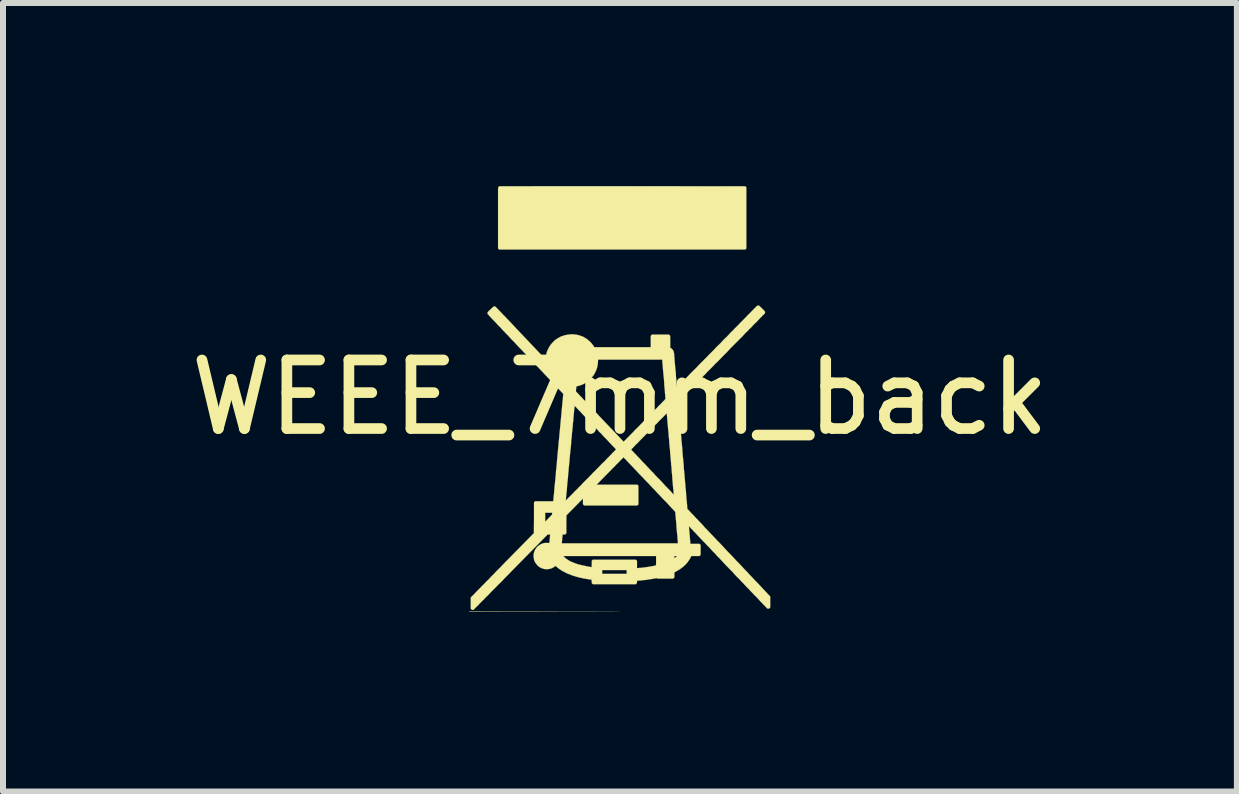
<source format=kicad_pcb>
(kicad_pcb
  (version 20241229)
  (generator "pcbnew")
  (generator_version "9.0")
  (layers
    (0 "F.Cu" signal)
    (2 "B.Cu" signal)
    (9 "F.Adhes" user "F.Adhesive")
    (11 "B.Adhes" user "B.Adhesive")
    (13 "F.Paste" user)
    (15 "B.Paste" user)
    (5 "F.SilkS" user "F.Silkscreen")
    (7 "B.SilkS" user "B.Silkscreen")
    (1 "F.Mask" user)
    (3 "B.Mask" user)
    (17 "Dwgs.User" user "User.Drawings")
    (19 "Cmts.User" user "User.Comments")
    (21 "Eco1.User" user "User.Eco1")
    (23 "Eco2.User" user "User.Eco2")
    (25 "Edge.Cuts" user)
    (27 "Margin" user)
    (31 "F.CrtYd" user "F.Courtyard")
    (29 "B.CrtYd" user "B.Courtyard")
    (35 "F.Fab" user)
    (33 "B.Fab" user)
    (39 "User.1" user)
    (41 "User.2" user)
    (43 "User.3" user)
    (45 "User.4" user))
  (footprint "WEEE_7mm_back"
    (layer "F.Cu")
    (at 7.283 3.573)
    (property "Reference" "WEEE_7mm_back" (at 0 0 0) (layer "F.SilkS") (effects (font (size 1.143 1.143) (thickness 0.178))))
    (attr through_hole)
    (fp_poly (pts (xy 2.515 3.566) (xy 0 3.566) (xy -2.512 3.566) (xy -2.512 -0.003) (xy -2.512 -3.571) (xy -2.512 0) (xy -2.512 3.569) (xy 0 3.566) (xy 2.515 3.566)) (stroke (width 0.003) (type solid)) (fill yes) (layer "F.SilkS"))
    (fp_poly (pts (xy 2.106 -3.498) (xy 2.103 -3.505) (xy 2.098 -3.51) (xy 2.093 -3.515) (xy 2.09 -3.515) (xy 2.085 -3.518) (xy 0.041 -3.52) (xy -0.064 -3.52) (xy -0.163 -3.52) (xy -0.262 -3.52) (xy -0.356 -3.52) (xy -0.45 -3.52) (xy -0.541 -3.52) (xy -0.63 -3.52) (xy -0.714 -3.52) (xy -0.798 -3.52) (xy -0.879 -3.52) (xy -0.958 -3.52) (xy -1.034 -3.52) (xy -1.105 -3.52) (xy -1.176 -3.52) (xy -1.245 -3.52) (xy -1.311 -3.52) (xy -1.372 -3.52) (xy -1.433 -3.52) (xy -1.488 -3.518) (xy -1.542 -3.518) (xy -1.595 -3.518) (xy -1.643 -3.518) (xy -1.689 -3.518) (xy -1.732 -3.518) (xy -1.77 -3.518) (xy -1.808 -3.518) (xy -1.841 -3.518) (xy -1.872 -3.518) (xy -1.9 -3.518) (xy -1.925 -3.518) (xy -1.946 -3.518) (xy -1.966 -3.518) (xy -1.981 -3.518) (xy -1.994 -3.518) (xy -2.002 -3.518) (xy -2.007 -3.518) (xy -2.009 -3.518) (xy -2.017 -3.515) (xy -2.022 -3.51) (xy -2.027 -3.503) (xy -2.029 -3.498) (xy -2.029 -3.495) (xy -2.029 -3.49) (xy -2.029 -3.482) (xy -2.032 -3.475) (xy -2.032 -3.462) (xy -2.032 -3.447) (xy -2.032 -3.429) (xy -2.032 -3.406) (xy -2.032 -3.383) (xy -2.032 -3.358) (xy -2.032 -3.327) (xy -2.032 -3.294) (xy -2.032 -3.259) (xy -2.032 -3.221) (xy -2.032 -3.18) (xy -2.032 -3.134) (xy -2.032 -3.086) (xy -2.032 -3.035) (xy -2.032 -2.987) (xy -2.032 -2.484) (xy -2.027 -2.477) (xy -2.022 -2.471) (xy -2.017 -2.469) (xy -2.017 -2.466) (xy -2.009 -2.464) (xy 0.038 -2.464) (xy 2.085 -2.464) (xy 2.09 -2.466) (xy 2.095 -2.471) (xy 2.101 -2.477) (xy 2.103 -2.477) (xy 2.106 -2.484) (xy 2.106 -2.992) (xy 2.106 -3.498)) (stroke (width 0.003) (type solid)) (fill yes) (layer "F.SilkS"))
    (fp_poly (pts (xy 2.504 3.32) (xy 2.499 3.315) (xy 2.499 3.312) (xy 2.494 3.307) (xy 2.489 3.302) (xy 2.482 3.294) (xy 2.471 3.284) (xy 2.459 3.272) (xy 2.446 3.256) (xy 2.431 3.241) (xy 2.413 3.221) (xy 2.395 3.203) (xy 2.375 3.18) (xy 2.352 3.157) (xy 2.329 3.132) (xy 2.304 3.104) (xy 2.276 3.076) (xy 2.248 3.048) (xy 2.22 3.018) (xy 2.189 2.985) (xy 2.156 2.951) (xy 2.126 2.916) (xy 2.09 2.88) (xy 2.057 2.845) (xy 2.022 2.807) (xy 1.986 2.769) (xy 1.948 2.731) (xy 1.91 2.69) (xy 1.872 2.649) (xy 1.834 2.609) (xy 1.808 2.583) (xy 1.77 2.543) (xy 1.732 2.502) (xy 1.694 2.461) (xy 1.656 2.421) (xy 1.618 2.383) (xy 1.582 2.344) (xy 1.549 2.309) (xy 1.514 2.273) (xy 1.481 2.238) (xy 1.45 2.205) (xy 1.417 2.172) (xy 1.389 2.139) (xy 1.361 2.108) (xy 1.333 2.08) (xy 1.308 2.052) (xy 1.283 2.027) (xy 1.26 2.004) (xy 1.24 1.981) (xy 1.219 1.958) (xy 1.201 1.941) (xy 1.184 1.923) (xy 1.171 1.908) (xy 1.158 1.895) (xy 1.146 1.882) (xy 1.138 1.872) (xy 1.13 1.867) (xy 1.125 1.862) (xy 1.123 1.857) (xy 1.123 1.852) (xy 1.123 1.841) (xy 1.12 1.831) (xy 1.12 1.819) (xy 1.118 1.801) (xy 1.118 1.781) (xy 1.115 1.76) (xy 1.113 1.735) (xy 1.11 1.707) (xy 1.107 1.679) (xy 1.105 1.646) (xy 1.102 1.613) (xy 1.1 1.577) (xy 1.097 1.539) (xy 1.092 1.501) (xy 1.09 1.458) (xy 1.085 1.415) (xy 1.082 1.372) (xy 1.077 1.326) (xy 1.074 1.278) (xy 1.069 1.229) (xy 1.064 1.179) (xy 1.062 1.128) (xy 1.057 1.077) (xy 1.052 1.024) (xy 1.046 0.97) (xy 1.046 0.965) (xy 1.041 0.912) (xy 1.039 0.859) (xy 1.034 0.808) (xy 1.029 0.757) (xy 1.024 0.706) (xy 1.021 0.658) (xy 1.016 0.61) (xy 1.013 0.564) (xy 1.008 0.518) (xy 1.006 0.475) (xy 1.001 0.434) (xy 0.998 0.394) (xy 0.996 0.358) (xy 0.991 0.32) (xy 0.988 0.287) (xy 0.986 0.257) (xy 0.983 0.226) (xy 0.98 0.198) (xy 0.98 0.173) (xy 0.978 0.152) (xy 0.975 0.132) (xy 0.975 0.114) (xy 0.973 0.102) (xy 0.973 0.089) (xy 0.973 0.081) (xy 0.97 0.076) (xy 0.97 0.074) (xy 0.973 0.074) (xy 0.973 0.071) (xy 0.975 0.069) (xy 0.98 0.064) (xy 0.986 0.058) (xy 0.993 0.051) (xy 1.001 0.043) (xy 1.008 0.033) (xy 1.021 0.02) (xy 1.034 0.01) (xy 1.046 -0.005) (xy 1.062 -0.02) (xy 1.077 -0.038) (xy 1.097 -0.056) (xy 1.118 -0.076) (xy 1.138 -0.099) (xy 1.161 -0.124) (xy 1.186 -0.15) (xy 1.214 -0.175) (xy 1.242 -0.206) (xy 1.273 -0.236) (xy 1.306 -0.269) (xy 1.341 -0.305) (xy 1.377 -0.343) (xy 1.415 -0.381) (xy 1.455 -0.424) (xy 1.499 -0.467) (xy 1.544 -0.513) (xy 1.59 -0.561) (xy 1.641 -0.61) (xy 1.692 -0.663) (xy 1.732 -0.704) (xy 1.773 -0.744) (xy 1.811 -0.785) (xy 1.849 -0.826) (xy 1.887 -0.864) (xy 1.925 -0.902) (xy 1.961 -0.937) (xy 1.996 -0.973) (xy 2.032 -1.008) (xy 2.065 -1.044) (xy 2.095 -1.077) (xy 2.129 -1.107) (xy 2.156 -1.138) (xy 2.187 -1.166) (xy 2.212 -1.194) (xy 2.238 -1.222) (xy 2.263 -1.245) (xy 2.286 -1.267) (xy 2.306 -1.29) (xy 2.327 -1.311) (xy 2.342 -1.328) (xy 2.36 -1.344) (xy 2.372 -1.359) (xy 2.385 -1.369) (xy 2.395 -1.379) (xy 2.403 -1.389) (xy 2.408 -1.394) (xy 2.413 -1.397) (xy 2.413 -1.4) (xy 2.416 -1.405) (xy 2.418 -1.412) (xy 2.418 -1.422) (xy 2.416 -1.43) (xy 2.413 -1.433) (xy 2.413 -1.435) (xy 2.41 -1.44) (xy 2.405 -1.443) (xy 2.4 -1.45) (xy 2.393 -1.455) (xy 2.385 -1.466) (xy 2.372 -1.476) (xy 2.37 -1.481) (xy 2.36 -1.491) (xy 2.349 -1.499) (xy 2.342 -1.506) (xy 2.334 -1.514) (xy 2.327 -1.521) (xy 2.324 -1.524) (xy 2.322 -1.527) (xy 2.316 -1.529) (xy 2.309 -1.529) (xy 2.301 -1.529) (xy 2.294 -1.529) (xy 2.291 -1.529) (xy 2.286 -1.527) (xy 2.281 -1.521) (xy 2.273 -1.514) (xy 2.271 -1.511) (xy 2.268 -1.511) (xy 2.266 -1.506) (xy 2.258 -1.499) (xy 2.25 -1.491) (xy 2.238 -1.481) (xy 2.228 -1.468) (xy 2.212 -1.453) (xy 2.195 -1.435) (xy 2.177 -1.417) (xy 2.159 -1.397) (xy 2.136 -1.377) (xy 2.113 -1.351) (xy 2.09 -1.328) (xy 2.062 -1.3) (xy 2.037 -1.273) (xy 2.007 -1.245) (xy 1.979 -1.214) (xy 1.946 -1.181) (xy 1.915 -1.151) (xy 1.882 -1.115) (xy 1.847 -1.082) (xy 1.814 -1.046) (xy 1.778 -1.008) (xy 1.74 -0.973) (xy 1.704 -0.935) (xy 1.666 -0.894) (xy 1.626 -0.856) (xy 1.603 -0.833) (xy 1.565 -0.792) (xy 1.527 -0.754) (xy 1.488 -0.716) (xy 1.453 -0.678) (xy 1.417 -0.643) (xy 1.382 -0.607) (xy 1.346 -0.572) (xy 1.313 -0.538) (xy 1.283 -0.505) (xy 1.25 -0.472) (xy 1.219 -0.442) (xy 1.191 -0.414) (xy 1.163 -0.386) (xy 1.138 -0.358) (xy 1.113 -0.333) (xy 1.09 -0.31) (xy 1.069 -0.287) (xy 1.049 -0.267) (xy 1.029 -0.249) (xy 1.013 -0.231) (xy 0.998 -0.216) (xy 0.986 -0.203) (xy 0.975 -0.193) (xy 0.965 -0.183) (xy 0.965 2.428) (xy 0.965 2.433) (xy 0.95 2.433) (xy 0.95 2.644) (xy 0.947 2.649) (xy 0.945 2.652) (xy 0.94 2.654) (xy 0.935 2.659) (xy 0.927 2.664) (xy 0.922 2.67) (xy 0.917 2.675) (xy 0.912 2.677) (xy 0.909 2.68) (xy 0.907 2.68) (xy 0.907 2.677) (xy 0.907 2.672) (xy 0.907 2.664) (xy 0.907 2.662) (xy 0.907 2.644) (xy 0.927 2.644) (xy 0.95 2.644) (xy 0.95 2.433) (xy 0.602 2.433) (xy 0.602 2.644) (xy 0.602 2.723) (xy 0.602 2.741) (xy 0.602 2.756) (xy 0.602 2.769) (xy 0.602 2.779) (xy 0.602 2.786) (xy 0.599 2.791) (xy 0.599 2.797) (xy 0.599 2.799) (xy 0.599 2.802) (xy 0.594 2.802) (xy 0.589 2.804) (xy 0.582 2.804) (xy 0.572 2.807) (xy 0.561 2.809) (xy 0.549 2.812) (xy 0.538 2.814) (xy 0.526 2.814) (xy 0.518 2.817) (xy 0.488 2.822) (xy 0.457 2.827) (xy 0.424 2.832) (xy 0.391 2.835) (xy 0.358 2.84) (xy 0.33 2.842) (xy 0.32 2.842) (xy 0.31 2.845) (xy 0.302 2.845) (xy 0.295 2.845) (xy 0.292 2.845) (xy 0.284 2.847) (xy 0.284 2.786) (xy 0.284 2.725) (xy 0.279 2.718) (xy 0.274 2.713) (xy 0.269 2.71) (xy 0.269 2.708) (xy 0.262 2.705) (xy 0.112 2.705) (xy 0.112 2.878) (xy 0.112 2.908) (xy 0.112 2.941) (xy -0.094 2.941) (xy -0.297 2.941) (xy -0.297 2.908) (xy -0.297 2.878) (xy -0.094 2.878) (xy 0.112 2.878) (xy 0.112 2.705) (xy -0.094 2.705) (xy -0.45 2.705) (xy -0.455 2.708) (xy -0.46 2.713) (xy -0.465 2.718) (xy -0.467 2.718) (xy -0.47 2.725) (xy -0.47 2.779) (xy -0.472 2.83) (xy -0.475 2.83) (xy -0.478 2.83) (xy -0.483 2.827) (xy -0.49 2.827) (xy -0.5 2.824) (xy -0.511 2.824) (xy -0.559 2.814) (xy -0.607 2.804) (xy -0.65 2.794) (xy -0.693 2.784) (xy -0.732 2.771) (xy -0.77 2.756) (xy -0.803 2.743) (xy -0.836 2.728) (xy -0.859 2.713) (xy -0.876 2.703) (xy -0.892 2.692) (xy -0.907 2.68) (xy -0.919 2.67) (xy -0.932 2.657) (xy -0.935 2.654) (xy -0.942 2.644) (xy -0.17 2.644) (xy 0.602 2.644) (xy 0.602 2.433) (xy -0.003 2.433) (xy -0.97 2.433) (xy -0.97 2.428) (xy -0.97 2.426) (xy -0.97 2.421) (xy -0.968 2.413) (xy -0.968 2.403) (xy -0.965 2.39) (xy -0.965 2.377) (xy -0.963 2.362) (xy -0.963 2.36) (xy -0.963 2.344) (xy -0.96 2.332) (xy -0.96 2.319) (xy -0.958 2.309) (xy -0.958 2.299) (xy -0.958 2.294) (xy -0.958 2.291) (xy -0.955 2.289) (xy -0.953 2.286) (xy -0.947 2.286) (xy -0.942 2.286) (xy -0.935 2.286) (xy -0.927 2.286) (xy -0.922 2.286) (xy -0.917 2.286) (xy -0.914 2.283) (xy -0.909 2.283) (xy -0.909 2.281) (xy -0.904 2.276) (xy -0.899 2.271) (xy -0.894 2.263) (xy -0.894 2.116) (xy -0.892 1.966) (xy -0.754 1.826) (xy -0.617 1.687) (xy -0.617 1.735) (xy -0.617 1.748) (xy -0.617 1.758) (xy -0.617 1.765) (xy -0.617 1.773) (xy -0.617 1.775) (xy -0.615 1.781) (xy -0.615 1.783) (xy -0.612 1.786) (xy -0.61 1.791) (xy -0.605 1.796) (xy -0.602 1.796) (xy -0.597 1.801) (xy -0.155 1.801) (xy 0.287 1.801) (xy 0.295 1.796) (xy 0.3 1.793) (xy 0.302 1.788) (xy 0.305 1.786) (xy 0.307 1.781) (xy 0.307 1.628) (xy 0.307 1.478) (xy 0.305 1.471) (xy 0.3 1.466) (xy 0.295 1.46) (xy 0.287 1.455) (xy -0.051 1.455) (xy -0.389 1.455) (xy -0.165 1.227) (xy -0.142 1.204) (xy -0.122 1.181) (xy -0.099 1.161) (xy -0.079 1.138) (xy -0.061 1.12) (xy -0.041 1.1) (xy -0.025 1.085) (xy -0.008 1.067) (xy 0.005 1.052) (xy 0.018 1.039) (xy 0.03 1.029) (xy 0.041 1.019) (xy 0.048 1.011) (xy 0.053 1.003) (xy 0.058 1.001) (xy 0.058 0.998) (xy 0.061 1.001) (xy 0.064 1.003) (xy 0.069 1.008) (xy 0.076 1.019) (xy 0.086 1.026) (xy 0.099 1.039) (xy 0.112 1.054) (xy 0.127 1.069) (xy 0.142 1.087) (xy 0.16 1.105) (xy 0.18 1.125) (xy 0.201 1.148) (xy 0.224 1.171) (xy 0.246 1.196) (xy 0.272 1.222) (xy 0.297 1.25) (xy 0.323 1.278) (xy 0.351 1.306) (xy 0.381 1.336) (xy 0.409 1.367) (xy 0.439 1.397) (xy 0.47 1.43) (xy 0.488 1.448) (xy 0.518 1.481) (xy 0.549 1.514) (xy 0.579 1.544) (xy 0.607 1.575) (xy 0.635 1.605) (xy 0.663 1.633) (xy 0.688 1.661) (xy 0.714 1.689) (xy 0.739 1.714) (xy 0.762 1.737) (xy 0.785 1.76) (xy 0.805 1.783) (xy 0.823 1.803) (xy 0.841 1.821) (xy 0.856 1.839) (xy 0.871 1.854) (xy 0.884 1.867) (xy 0.894 1.877) (xy 0.902 1.887) (xy 0.909 1.895) (xy 0.914 1.9) (xy 0.917 1.902) (xy 0.919 1.902) (xy 0.919 1.905) (xy 0.919 1.908) (xy 0.919 1.91) (xy 0.922 1.915) (xy 0.922 1.92) (xy 0.922 1.925) (xy 0.922 1.933) (xy 0.925 1.943) (xy 0.925 1.953) (xy 0.927 1.966) (xy 0.927 1.981) (xy 0.93 1.996) (xy 0.93 2.017) (xy 0.932 2.037) (xy 0.935 2.06) (xy 0.937 2.088) (xy 0.94 2.118) (xy 0.942 2.149) (xy 0.942 2.164) (xy 0.945 2.195) (xy 0.947 2.223) (xy 0.95 2.248) (xy 0.953 2.276) (xy 0.955 2.299) (xy 0.958 2.322) (xy 0.958 2.344) (xy 0.96 2.362) (xy 0.963 2.38) (xy 0.963 2.395) (xy 0.965 2.408) (xy 0.965 2.418) (xy 0.965 2.423) (xy 0.965 2.428) (xy 0.965 -0.183) (xy 0.958 -0.175) (xy 0.953 -0.17) (xy 0.95 -0.168) (xy 0.95 -0.17) (xy 0.95 -0.175) (xy 0.947 -0.183) (xy 0.947 -0.193) (xy 0.947 -0.206) (xy 0.945 -0.221) (xy 0.942 -0.239) (xy 0.942 -0.259) (xy 0.94 -0.282) (xy 0.937 -0.305) (xy 0.935 -0.33) (xy 0.932 -0.356) (xy 0.932 -0.384) (xy 0.93 -0.414) (xy 0.925 -0.445) (xy 0.925 -0.455) (xy 0.922 -0.488) (xy 0.919 -0.516) (xy 0.917 -0.546) (xy 0.914 -0.572) (xy 0.912 -0.599) (xy 0.909 -0.625) (xy 0.909 -0.648) (xy 0.907 -0.668) (xy 0.904 -0.688) (xy 0.904 -0.706) (xy 0.902 -0.719) (xy 0.902 -0.732) (xy 0.899 -0.742) (xy 0.899 -0.749) (xy 0.899 -0.752) (xy 0.897 -0.762) (xy 0.897 1.618) (xy 0.897 1.621) (xy 0.894 1.618) (xy 0.892 1.615) (xy 0.886 1.61) (xy 0.879 1.603) (xy 0.869 1.593) (xy 0.859 1.58) (xy 0.846 1.567) (xy 0.833 1.552) (xy 0.818 1.537) (xy 0.8 1.519) (xy 0.782 1.499) (xy 0.762 1.481) (xy 0.742 1.458) (xy 0.721 1.435) (xy 0.701 1.412) (xy 0.678 1.389) (xy 0.655 1.364) (xy 0.63 1.341) (xy 0.607 1.316) (xy 0.582 1.29) (xy 0.559 1.262) (xy 0.533 1.237) (xy 0.508 1.212) (xy 0.485 1.186) (xy 0.46 1.161) (xy 0.437 1.135) (xy 0.414 1.11) (xy 0.391 1.087) (xy 0.368 1.064) (xy 0.348 1.041) (xy 0.328 1.019) (xy 0.307 0.998) (xy 0.29 0.98) (xy 0.272 0.96) (xy 0.257 0.945) (xy 0.241 0.93) (xy 0.229 0.914) (xy 0.216 0.902) (xy 0.206 0.892) (xy 0.198 0.884) (xy 0.193 0.876) (xy 0.188 0.874) (xy 0.185 0.871) (xy 0.188 0.869) (xy 0.191 0.866) (xy 0.196 0.859) (xy 0.203 0.851) (xy 0.213 0.843) (xy 0.224 0.831) (xy 0.236 0.818) (xy 0.249 0.805) (xy 0.264 0.787) (xy 0.282 0.772) (xy 0.3 0.754) (xy 0.318 0.734) (xy 0.338 0.714) (xy 0.358 0.693) (xy 0.378 0.673) (xy 0.401 0.65) (xy 0.424 0.627) (xy 0.445 0.605) (xy 0.467 0.582) (xy 0.49 0.559) (xy 0.513 0.536) (xy 0.536 0.513) (xy 0.559 0.49) (xy 0.579 0.467) (xy 0.602 0.447) (xy 0.622 0.427) (xy 0.64 0.406) (xy 0.66 0.386) (xy 0.678 0.368) (xy 0.696 0.351) (xy 0.711 0.335) (xy 0.726 0.32) (xy 0.739 0.307) (xy 0.749 0.295) (xy 0.759 0.287) (xy 0.767 0.277) (xy 0.775 0.272) (xy 0.777 0.267) (xy 0.78 0.267) (xy 0.78 0.272) (xy 0.782 0.279) (xy 0.782 0.292) (xy 0.782 0.305) (xy 0.785 0.323) (xy 0.787 0.34) (xy 0.787 0.363) (xy 0.79 0.386) (xy 0.792 0.411) (xy 0.795 0.442) (xy 0.798 0.472) (xy 0.8 0.503) (xy 0.803 0.538) (xy 0.808 0.574) (xy 0.81 0.612) (xy 0.813 0.653) (xy 0.818 0.693) (xy 0.82 0.734) (xy 0.823 0.777) (xy 0.828 0.823) (xy 0.833 0.869) (xy 0.836 0.914) (xy 0.838 0.942) (xy 0.843 0.991) (xy 0.846 1.036) (xy 0.851 1.082) (xy 0.853 1.125) (xy 0.859 1.168) (xy 0.861 1.209) (xy 0.864 1.25) (xy 0.869 1.288) (xy 0.871 1.326) (xy 0.874 1.361) (xy 0.876 1.394) (xy 0.879 1.427) (xy 0.881 1.455) (xy 0.884 1.483) (xy 0.886 1.509) (xy 0.889 1.532) (xy 0.892 1.552) (xy 0.892 1.57) (xy 0.894 1.585) (xy 0.894 1.598) (xy 0.894 1.608) (xy 0.897 1.615) (xy 0.897 1.618) (xy 0.897 -0.762) (xy 0.894 -0.765) (xy 0.889 -0.775) (xy 0.884 -0.787) (xy 0.876 -0.795) (xy 0.871 -0.803) (xy 0.864 -0.81) (xy 0.853 -0.818) (xy 0.846 -0.823) (xy 0.843 -0.823) (xy 0.838 -0.826) (xy 0.838 -0.925) (xy 0.836 -1.024) (xy 0.833 -1.031) (xy 0.828 -1.036) (xy 0.823 -1.041) (xy 0.815 -1.046) (xy 0.759 -1.046) (xy 0.759 0.023) (xy 0.759 0.025) (xy 0.757 0.025) (xy 0.757 0.028) (xy 0.754 0.028) (xy 0.754 0.03) (xy 0.752 0.033) (xy 0.749 0.036) (xy 0.747 0.038) (xy 0.742 0.043) (xy 0.739 0.048) (xy 0.734 0.053) (xy 0.726 0.061) (xy 0.719 0.066) (xy 0.711 0.076) (xy 0.704 0.084) (xy 0.693 0.094) (xy 0.681 0.107) (xy 0.671 0.119) (xy 0.655 0.132) (xy 0.64 0.147) (xy 0.625 0.165) (xy 0.607 0.183) (xy 0.587 0.203) (xy 0.566 0.224) (xy 0.546 0.246) (xy 0.521 0.272) (xy 0.495 0.297) (xy 0.467 0.325) (xy 0.439 0.356) (xy 0.406 0.386) (xy 0.373 0.422) (xy 0.338 0.457) (xy 0.302 0.495) (xy 0.262 0.533) (xy 0.221 0.577) (xy 0.196 0.602) (xy 0.061 0.739) (xy -0.066 0.605) (xy -0.066 0.869) (xy -0.069 0.869) (xy -0.071 0.874) (xy -0.076 0.879) (xy -0.084 0.886) (xy -0.094 0.897) (xy -0.104 0.907) (xy -0.117 0.919) (xy -0.132 0.935) (xy -0.147 0.953) (xy -0.165 0.97) (xy -0.183 0.988) (xy -0.203 1.008) (xy -0.226 1.031) (xy -0.246 1.054) (xy -0.269 1.077) (xy -0.295 1.1) (xy -0.318 1.125) (xy -0.343 1.151) (xy -0.371 1.179) (xy -0.396 1.204) (xy -0.422 1.232) (xy -0.45 1.257) (xy -0.475 1.285) (xy -0.503 1.313) (xy -0.528 1.341) (xy -0.556 1.367) (xy -0.582 1.394) (xy -0.61 1.42) (xy -0.635 1.448) (xy -0.658 1.473) (xy -0.683 1.496) (xy -0.706 1.521) (xy -0.729 1.544) (xy -0.752 1.565) (xy -0.772 1.587) (xy -0.792 1.608) (xy -0.81 1.626) (xy -0.828 1.643) (xy -0.843 1.659) (xy -0.856 1.671) (xy -0.869 1.684) (xy -0.879 1.694) (xy -0.889 1.704) (xy -0.894 1.712) (xy -0.899 1.714) (xy -0.902 1.717) (xy -0.904 1.72) (xy -0.902 1.717) (xy -0.902 1.712) (xy -0.902 1.704) (xy -0.902 1.694) (xy -0.899 1.679) (xy -0.899 1.664) (xy -0.897 1.643) (xy -0.894 1.621) (xy -0.892 1.598) (xy -0.889 1.57) (xy -0.886 1.542) (xy -0.884 1.511) (xy -0.881 1.478) (xy -0.879 1.443) (xy -0.874 1.405) (xy -0.871 1.367) (xy -0.866 1.326) (xy -0.864 1.285) (xy -0.859 1.242) (xy -0.856 1.196) (xy -0.851 1.151) (xy -0.846 1.102) (xy -0.841 1.054) (xy -0.838 1.006) (xy -0.833 0.955) (xy -0.831 0.932) (xy -0.826 0.881) (xy -0.82 0.833) (xy -0.815 0.782) (xy -0.813 0.737) (xy -0.808 0.688) (xy -0.803 0.643) (xy -0.8 0.599) (xy -0.795 0.556) (xy -0.792 0.516) (xy -0.787 0.475) (xy -0.785 0.437) (xy -0.78 0.401) (xy -0.777 0.368) (xy -0.775 0.335) (xy -0.772 0.305) (xy -0.77 0.277) (xy -0.767 0.251) (xy -0.765 0.229) (xy -0.762 0.208) (xy -0.762 0.191) (xy -0.759 0.175) (xy -0.759 0.163) (xy -0.757 0.152) (xy -0.757 0.147) (xy -0.757 0.145) (xy -0.757 0.142) (xy -0.757 0.14) (xy -0.754 0.142) (xy -0.752 0.145) (xy -0.747 0.15) (xy -0.744 0.152) (xy -0.742 0.155) (xy -0.734 0.163) (xy -0.726 0.17) (xy -0.716 0.183) (xy -0.704 0.193) (xy -0.691 0.208) (xy -0.676 0.224) (xy -0.658 0.241) (xy -0.64 0.262) (xy -0.62 0.282) (xy -0.599 0.305) (xy -0.577 0.328) (xy -0.554 0.351) (xy -0.531 0.376) (xy -0.505 0.404) (xy -0.48 0.429) (xy -0.455 0.457) (xy -0.427 0.485) (xy -0.401 0.513) (xy -0.373 0.541) (xy -0.348 0.572) (xy -0.32 0.597) (xy -0.295 0.625) (xy -0.272 0.65) (xy -0.246 0.676) (xy -0.224 0.699) (xy -0.203 0.721) (xy -0.183 0.744) (xy -0.165 0.762) (xy -0.147 0.782) (xy -0.132 0.798) (xy -0.117 0.813) (xy -0.104 0.828) (xy -0.091 0.838) (xy -0.084 0.848) (xy -0.076 0.856) (xy -0.071 0.864) (xy -0.066 0.866) (xy -0.066 0.869) (xy -0.066 0.605) (xy -0.328 0.33) (xy -0.356 0.3) (xy -0.386 0.267) (xy -0.414 0.239) (xy -0.442 0.208) (xy -0.47 0.18) (xy -0.495 0.152) (xy -0.521 0.127) (xy -0.544 0.102) (xy -0.566 0.076) (xy -0.589 0.053) (xy -0.61 0.033) (xy -0.627 0.013) (xy -0.645 -0.008) (xy -0.663 -0.023) (xy -0.676 -0.038) (xy -0.688 -0.053) (xy -0.701 -0.064) (xy -0.709 -0.074) (xy -0.716 -0.081) (xy -0.721 -0.086) (xy -0.724 -0.089) (xy -0.734 -0.099) (xy -0.732 -0.137) (xy -0.729 -0.15) (xy -0.729 -0.16) (xy -0.729 -0.17) (xy -0.726 -0.175) (xy -0.726 -0.18) (xy -0.726 -0.183) (xy -0.724 -0.183) (xy -0.719 -0.185) (xy -0.714 -0.185) (xy -0.706 -0.188) (xy -0.696 -0.191) (xy -0.686 -0.193) (xy -0.676 -0.196) (xy -0.668 -0.198) (xy -0.658 -0.201) (xy -0.653 -0.203) (xy -0.62 -0.216) (xy -0.587 -0.234) (xy -0.556 -0.251) (xy -0.528 -0.274) (xy -0.5 -0.297) (xy -0.475 -0.325) (xy -0.452 -0.353) (xy -0.432 -0.381) (xy -0.414 -0.414) (xy -0.399 -0.447) (xy -0.386 -0.48) (xy -0.381 -0.498) (xy -0.373 -0.536) (xy -0.368 -0.572) (xy -0.366 -0.61) (xy -0.366 -0.617) (xy -0.366 -0.63) (xy 0.168 -0.63) (xy 0.704 -0.63) (xy 0.704 -0.622) (xy 0.704 -0.617) (xy 0.704 -0.612) (xy 0.706 -0.602) (xy 0.706 -0.589) (xy 0.709 -0.574) (xy 0.709 -0.559) (xy 0.711 -0.538) (xy 0.714 -0.518) (xy 0.714 -0.498) (xy 0.716 -0.472) (xy 0.719 -0.447) (xy 0.721 -0.422) (xy 0.724 -0.396) (xy 0.726 -0.368) (xy 0.729 -0.34) (xy 0.732 -0.312) (xy 0.734 -0.284) (xy 0.737 -0.257) (xy 0.737 -0.229) (xy 0.739 -0.201) (xy 0.742 -0.173) (xy 0.744 -0.147) (xy 0.747 -0.122) (xy 0.749 -0.099) (xy 0.749 -0.079) (xy 0.752 -0.058) (xy 0.754 -0.038) (xy 0.754 -0.023) (xy 0.757 -0.008) (xy 0.757 0.005) (xy 0.757 0.013) (xy 0.759 0.02) (xy 0.759 0.023) (xy 0.759 -1.046) (xy 0.676 -1.046) (xy 0.533 -1.046) (xy 0.528 -1.041) (xy 0.523 -1.036) (xy 0.518 -1.031) (xy 0.513 -1.024) (xy 0.513 -0.93) (xy 0.513 -0.836) (xy 0.043 -0.836) (xy -0.427 -0.836) (xy -0.437 -0.851) (xy -0.45 -0.871) (xy -0.465 -0.889) (xy -0.478 -0.907) (xy -0.493 -0.922) (xy -0.521 -0.947) (xy -0.551 -0.973) (xy -0.584 -0.993) (xy -0.615 -1.011) (xy -0.65 -1.024) (xy -0.686 -1.036) (xy -0.721 -1.044) (xy -0.759 -1.049) (xy -0.798 -1.052) (xy -0.803 -1.052) (xy -0.841 -1.049) (xy -0.879 -1.044) (xy -0.917 -1.036) (xy -0.95 -1.026) (xy -0.986 -1.013) (xy -1.019 -0.996) (xy -1.044 -0.98) (xy -1.059 -0.97) (xy -1.072 -0.963) (xy -1.082 -0.953) (xy -1.092 -0.945) (xy -1.102 -0.935) (xy -1.107 -0.93) (xy -1.133 -0.904) (xy -1.156 -0.876) (xy -1.176 -0.846) (xy -1.194 -0.813) (xy -1.209 -0.782) (xy -1.222 -0.747) (xy -1.229 -0.714) (xy -1.237 -0.681) (xy -1.24 -0.65) (xy -1.242 -0.635) (xy -1.656 -1.072) (xy -1.687 -1.105) (xy -1.717 -1.135) (xy -1.745 -1.166) (xy -1.773 -1.196) (xy -1.801 -1.227) (xy -1.829 -1.255) (xy -1.854 -1.283) (xy -1.88 -1.308) (xy -1.902 -1.333) (xy -1.925 -1.356) (xy -1.948 -1.379) (xy -1.968 -1.4) (xy -1.986 -1.42) (xy -2.004 -1.438) (xy -2.019 -1.453) (xy -2.032 -1.468) (xy -2.045 -1.481) (xy -2.055 -1.491) (xy -2.062 -1.499) (xy -2.07 -1.506) (xy -2.073 -1.511) (xy -2.075 -1.511) (xy -2.08 -1.514) (xy -2.088 -1.514) (xy -2.093 -1.516) (xy -2.098 -1.514) (xy -2.103 -1.514) (xy -2.108 -1.511) (xy -2.111 -1.511) (xy -2.113 -1.509) (xy -2.118 -1.504) (xy -2.123 -1.499) (xy -2.131 -1.491) (xy -2.141 -1.483) (xy -2.151 -1.473) (xy -2.159 -1.466) (xy -2.169 -1.455) (xy -2.177 -1.448) (xy -2.187 -1.44) (xy -2.192 -1.433) (xy -2.2 -1.427) (xy -2.202 -1.422) (xy -2.205 -1.422) (xy -2.205 -1.417) (xy -2.207 -1.412) (xy -2.207 -1.407) (xy -2.207 -1.405) (xy -2.207 -1.397) (xy -2.205 -1.392) (xy -2.205 -1.387) (xy -2.202 -1.384) (xy -2.2 -1.382) (xy -2.192 -1.377) (xy -2.184 -1.367) (xy -2.177 -1.356) (xy -2.164 -1.344) (xy -2.151 -1.331) (xy -2.136 -1.313) (xy -2.118 -1.295) (xy -2.098 -1.275) (xy -2.078 -1.255) (xy -2.057 -1.232) (xy -2.035 -1.206) (xy -2.009 -1.181) (xy -1.981 -1.153) (xy -1.956 -1.123) (xy -1.925 -1.092) (xy -1.897 -1.062) (xy -1.864 -1.029) (xy -1.834 -0.996) (xy -1.801 -0.96) (xy -1.765 -0.925) (xy -1.732 -0.889) (xy -1.697 -0.851) (xy -1.661 -0.813) (xy -1.623 -0.775) (xy -1.585 -0.734) (xy -1.572 -0.721) (xy -0.945 -0.058) (xy -1.029 0.836) (xy -1.034 0.889) (xy -1.039 0.942) (xy -1.044 0.996) (xy -1.049 1.046) (xy -1.052 1.097) (xy -1.057 1.146) (xy -1.062 1.194) (xy -1.067 1.24) (xy -1.069 1.283) (xy -1.074 1.326) (xy -1.077 1.369) (xy -1.082 1.407) (xy -1.085 1.445) (xy -1.09 1.483) (xy -1.092 1.516) (xy -1.095 1.547) (xy -1.097 1.577) (xy -1.1 1.605) (xy -1.102 1.631) (xy -1.105 1.651) (xy -1.107 1.671) (xy -1.107 1.689) (xy -1.11 1.704) (xy -1.11 1.714) (xy -1.11 1.722) (xy -1.113 1.73) (xy -1.118 1.73) (xy -1.125 1.732) (xy -1.13 1.732) (xy -1.13 1.923) (xy -1.13 1.938) (xy -1.133 1.953) (xy -1.168 1.991) (xy -1.179 2.002) (xy -1.189 2.012) (xy -1.199 2.022) (xy -1.209 2.032) (xy -1.217 2.042) (xy -1.224 2.05) (xy -1.247 2.07) (xy -1.247 1.996) (xy -1.247 1.923) (xy -1.189 1.923) (xy -1.13 1.923) (xy -1.13 1.732) (xy -1.135 1.732) (xy -1.148 1.732) (xy -1.163 1.732) (xy -1.179 1.732) (xy -1.196 1.732) (xy -1.217 1.732) (xy -1.237 1.732) (xy -1.26 1.732) (xy -1.262 1.732) (xy -1.412 1.732) (xy -1.42 1.737) (xy -1.425 1.74) (xy -1.427 1.745) (xy -1.43 1.748) (xy -1.433 1.753) (xy -1.433 2.007) (xy -1.435 2.263) (xy -1.958 2.794) (xy -1.991 2.83) (xy -2.027 2.865) (xy -2.06 2.898) (xy -2.093 2.934) (xy -2.123 2.964) (xy -2.156 2.997) (xy -2.184 3.028) (xy -2.215 3.058) (xy -2.243 3.086) (xy -2.268 3.114) (xy -2.296 3.139) (xy -2.319 3.165) (xy -2.342 3.188) (xy -2.365 3.211) (xy -2.385 3.231) (xy -2.403 3.249) (xy -2.418 3.266) (xy -2.433 3.282) (xy -2.446 3.294) (xy -2.459 3.307) (xy -2.469 3.317) (xy -2.477 3.325) (xy -2.482 3.33) (xy -2.484 3.332) (xy -2.484 3.335) (xy -2.487 3.335) (xy -2.487 3.338) (xy -2.487 3.34) (xy -2.487 3.345) (xy -2.487 3.348) (xy -2.487 3.355) (xy -2.487 3.363) (xy -2.487 3.373) (xy -2.487 3.386) (xy -2.487 3.401) (xy -2.487 3.419) (xy -2.487 3.429) (xy -2.487 3.52) (xy -2.484 3.526) (xy -2.477 3.533) (xy -2.469 3.538) (xy -2.461 3.541) (xy -2.454 3.541) (xy -2.446 3.541) (xy -2.441 3.538) (xy -2.438 3.538) (xy -2.436 3.536) (xy -2.433 3.533) (xy -2.428 3.526) (xy -2.418 3.518) (xy -2.41 3.508) (xy -2.398 3.498) (xy -2.383 3.482) (xy -2.367 3.467) (xy -2.349 3.449) (xy -2.332 3.429) (xy -2.311 3.409) (xy -2.289 3.386) (xy -2.263 3.363) (xy -2.24 3.335) (xy -2.212 3.31) (xy -2.184 3.282) (xy -2.156 3.251) (xy -2.126 3.221) (xy -2.093 3.188) (xy -2.062 3.157) (xy -2.029 3.122) (xy -1.994 3.089) (xy -1.958 3.053) (xy -1.923 3.015) (xy -1.887 2.979) (xy -1.849 2.941) (xy -1.821 2.911) (xy -1.206 2.286) (xy -1.186 2.286) (xy -1.163 2.286) (xy -1.163 2.291) (xy -1.163 2.294) (xy -1.166 2.299) (xy -1.166 2.306) (xy -1.166 2.316) (xy -1.168 2.329) (xy -1.168 2.342) (xy -1.171 2.357) (xy -1.171 2.362) (xy -1.171 2.375) (xy -1.173 2.388) (xy -1.173 2.4) (xy -1.176 2.41) (xy -1.176 2.418) (xy -1.176 2.423) (xy -1.176 2.428) (xy -1.179 2.428) (xy -1.184 2.426) (xy -1.189 2.426) (xy -1.194 2.426) (xy -1.204 2.426) (xy -1.214 2.426) (xy -1.224 2.426) (xy -1.229 2.426) (xy -1.24 2.426) (xy -1.25 2.426) (xy -1.255 2.426) (xy -1.262 2.428) (xy -1.27 2.428) (xy -1.275 2.431) (xy -1.3 2.438) (xy -1.326 2.451) (xy -1.346 2.464) (xy -1.367 2.479) (xy -1.387 2.499) (xy -1.402 2.52) (xy -1.415 2.54) (xy -1.417 2.545) (xy -1.427 2.568) (xy -1.435 2.591) (xy -1.438 2.616) (xy -1.44 2.642) (xy -1.438 2.667) (xy -1.435 2.69) (xy -1.43 2.715) (xy -1.42 2.738) (xy -1.41 2.756) (xy -1.394 2.776) (xy -1.379 2.797) (xy -1.359 2.814) (xy -1.344 2.827) (xy -1.321 2.84) (xy -1.298 2.85) (xy -1.273 2.857) (xy -1.25 2.863) (xy -1.222 2.863) (xy -1.194 2.863) (xy -1.168 2.857) (xy -1.143 2.85) (xy -1.125 2.842) (xy -1.118 2.837) (xy -1.107 2.832) (xy -1.1 2.827) (xy -1.092 2.822) (xy -1.085 2.817) (xy -1.079 2.812) (xy -1.077 2.812) (xy -1.074 2.807) (xy -1.059 2.822) (xy -1.029 2.847) (xy -0.996 2.87) (xy -0.96 2.893) (xy -0.922 2.913) (xy -0.881 2.934) (xy -0.836 2.951) (xy -0.79 2.969) (xy -0.739 2.985) (xy -0.686 3) (xy -0.63 3.012) (xy -0.605 3.018) (xy -0.589 3.02) (xy -0.574 3.023) (xy -0.556 3.025) (xy -0.538 3.03) (xy -0.521 3.033) (xy -0.505 3.035) (xy -0.49 3.035) (xy -0.485 3.038) (xy -0.472 3.04) (xy -0.472 3.066) (xy -0.47 3.076) (xy -0.47 3.084) (xy -0.47 3.089) (xy -0.47 3.091) (xy -0.47 3.094) (xy -0.467 3.096) (xy -0.467 3.099) (xy -0.462 3.104) (xy -0.457 3.109) (xy -0.455 3.109) (xy -0.45 3.114) (xy -0.094 3.114) (xy 0.262 3.114) (xy 0.269 3.109) (xy 0.274 3.104) (xy 0.279 3.099) (xy 0.282 3.094) (xy 0.282 3.086) (xy 0.284 3.076) (xy 0.284 3.073) (xy 0.284 3.068) (xy 0.284 3.063) (xy 0.284 3.061) (xy 0.287 3.058) (xy 0.29 3.056) (xy 0.295 3.056) (xy 0.3 3.056) (xy 0.31 3.053) (xy 0.318 3.053) (xy 0.353 3.051) (xy 0.394 3.045) (xy 0.432 3.043) (xy 0.472 3.035) (xy 0.513 3.03) (xy 0.551 3.023) (xy 0.582 3.018) (xy 0.612 3.012) (xy 0.617 3.015) (xy 0.622 3.02) (xy 0.754 3.02) (xy 0.884 3.02) (xy 0.892 3.015) (xy 0.897 3.012) (xy 0.899 3.007) (xy 0.902 3.005) (xy 0.907 3) (xy 0.907 2.957) (xy 0.907 2.916) (xy 0.927 2.906) (xy 0.963 2.885) (xy 0.998 2.865) (xy 1.031 2.84) (xy 1.046 2.83) (xy 1.057 2.819) (xy 1.069 2.809) (xy 1.082 2.797) (xy 1.095 2.784) (xy 1.105 2.774) (xy 1.115 2.761) (xy 1.123 2.753) (xy 1.135 2.736) (xy 1.148 2.718) (xy 1.161 2.697) (xy 1.173 2.677) (xy 1.176 2.67) (xy 1.189 2.644) (xy 1.255 2.644) (xy 1.323 2.644) (xy 1.331 2.639) (xy 1.336 2.634) (xy 1.339 2.629) (xy 1.341 2.629) (xy 1.344 2.621) (xy 1.344 2.543) (xy 1.344 2.464) (xy 1.341 2.456) (xy 1.336 2.451) (xy 1.331 2.446) (xy 1.323 2.441) (xy 1.25 2.441) (xy 1.234 2.441) (xy 1.219 2.441) (xy 1.206 2.441) (xy 1.196 2.441) (xy 1.186 2.441) (xy 1.179 2.441) (xy 1.176 2.441) (xy 1.173 2.441) (xy 1.173 2.438) (xy 1.173 2.433) (xy 1.173 2.426) (xy 1.171 2.418) (xy 1.171 2.405) (xy 1.171 2.39) (xy 1.168 2.375) (xy 1.166 2.36) (xy 1.166 2.342) (xy 1.163 2.324) (xy 1.163 2.304) (xy 1.161 2.286) (xy 1.158 2.266) (xy 1.158 2.248) (xy 1.156 2.23) (xy 1.153 2.212) (xy 1.153 2.197) (xy 1.151 2.184) (xy 1.151 2.172) (xy 1.151 2.162) (xy 1.148 2.154) (xy 1.148 2.149) (xy 1.148 2.146) (xy 1.151 2.146) (xy 1.153 2.151) (xy 1.158 2.156) (xy 1.166 2.164) (xy 1.176 2.174) (xy 1.186 2.187) (xy 1.201 2.2) (xy 1.217 2.217) (xy 1.232 2.235) (xy 1.252 2.253) (xy 1.273 2.276) (xy 1.293 2.299) (xy 1.316 2.322) (xy 1.341 2.349) (xy 1.367 2.377) (xy 1.394 2.405) (xy 1.425 2.436) (xy 1.453 2.466) (xy 1.486 2.499) (xy 1.516 2.532) (xy 1.549 2.568) (xy 1.585 2.603) (xy 1.618 2.642) (xy 1.654 2.677) (xy 1.692 2.718) (xy 1.727 2.756) (xy 1.765 2.797) (xy 1.798 2.83) (xy 1.836 2.87) (xy 1.875 2.908) (xy 1.91 2.949) (xy 1.946 2.987) (xy 1.984 3.023) (xy 2.017 3.061) (xy 2.052 3.096) (xy 2.085 3.132) (xy 2.116 3.165) (xy 2.149 3.198) (xy 2.177 3.228) (xy 2.207 3.259) (xy 2.233 3.287) (xy 2.261 3.315) (xy 2.286 3.34) (xy 2.309 3.365) (xy 2.329 3.388) (xy 2.349 3.409) (xy 2.37 3.429) (xy 2.385 3.447) (xy 2.4 3.462) (xy 2.416 3.477) (xy 2.426 3.49) (xy 2.436 3.498) (xy 2.443 3.508) (xy 2.449 3.513) (xy 2.451 3.515) (xy 2.454 3.515) (xy 2.456 3.518) (xy 2.461 3.52) (xy 2.466 3.52) (xy 2.471 3.52) (xy 2.479 3.52) (xy 2.482 3.52) (xy 2.487 3.518) (xy 2.489 3.515) (xy 2.494 3.513) (xy 2.499 3.508) (xy 2.499 3.505) (xy 2.504 3.5) (xy 2.504 3.409) (xy 2.504 3.32)) (stroke (width 0.003) (type solid)) (fill yes) (layer "F.SilkS")))
  (gr_rect
    (start -3 -3)
    (end 17.565 10.142)
    (stroke (width 0.1) (type default))
    (fill no)
    (layer "Edge.Cuts")))
</source>
